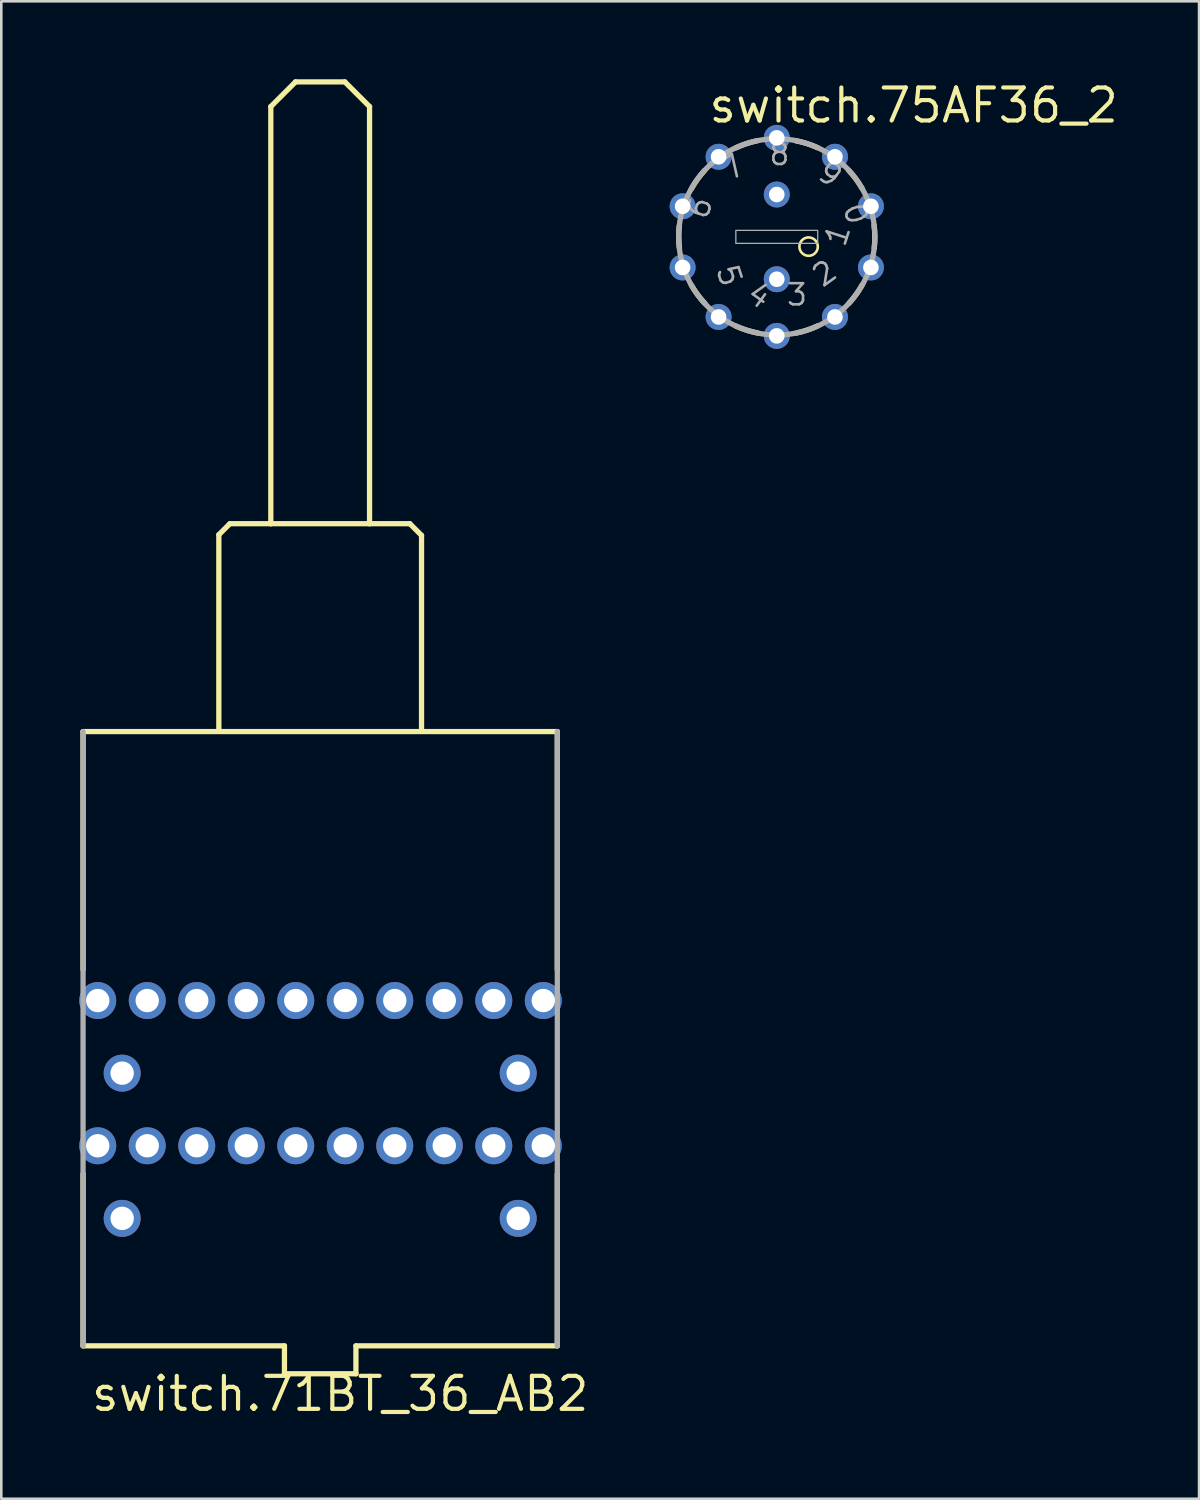
<source format=kicad_pcb>
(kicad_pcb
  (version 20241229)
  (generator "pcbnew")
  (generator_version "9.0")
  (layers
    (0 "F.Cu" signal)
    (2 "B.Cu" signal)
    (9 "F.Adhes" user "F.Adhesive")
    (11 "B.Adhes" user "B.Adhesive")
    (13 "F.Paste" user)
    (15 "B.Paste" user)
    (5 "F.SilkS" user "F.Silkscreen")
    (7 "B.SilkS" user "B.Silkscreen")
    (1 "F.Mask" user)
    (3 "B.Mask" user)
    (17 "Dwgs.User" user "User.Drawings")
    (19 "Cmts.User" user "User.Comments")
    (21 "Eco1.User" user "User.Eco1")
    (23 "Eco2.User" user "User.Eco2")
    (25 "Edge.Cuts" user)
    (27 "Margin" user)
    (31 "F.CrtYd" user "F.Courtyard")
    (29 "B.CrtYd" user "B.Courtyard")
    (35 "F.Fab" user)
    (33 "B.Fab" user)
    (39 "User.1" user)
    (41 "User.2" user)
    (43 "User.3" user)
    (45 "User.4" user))
  (footprint "switch.75AF36_2"
    (layer "F.Cu")
    (at 26.841 6.065)
    (property "Reference" "switch.75AF36_2" (at -2.7 -4.315 0) (layer "F.SilkS") (effects (font (size 1.27 1.27) (thickness 0.16)) (justify left bottom)))
    (attr through_hole)
    (fp_arc (start -3.744 0.4395) (mid -3.772389 0.00494) (end -3.7506 -0.43) (stroke (width 0.2032) (type default)) (layer "F.SilkS"))
    (fp_arc (start -3.2873 -1.8451) (mid -3.054809 -2.213393) (end -2.7815 -2.5525) (stroke (width 0.2032) (type default)) (layer "F.SilkS"))
    (fp_arc (start -2.7706 2.5562) (mid -3.048984 2.221299) (end -3.287 1.8566) (stroke (width 0.2032) (type default)) (layer "F.SilkS"))
    (fp_arc (start -1.575 -3.425) (mid -1.170434 -3.586302) (end -0.75 -3.7) (stroke (width 0.2032) (type default)) (layer "F.SilkS"))
    (fp_arc (start -0.7389 3.6965) (mid -1.160973 3.589168) (end -1.5679 3.434) (stroke (width 0.2032) (type default)) (layer "F.SilkS"))
    (fp_arc (start 0.7389 -3.6965) (mid 1.160973 -3.589168) (end 1.5679 -3.434) (stroke (width 0.2032) (type default)) (layer "F.SilkS"))
    (fp_arc (start 1.575 3.425) (mid 1.170434 3.586302) (end 0.75 3.7) (stroke (width 0.2032) (type default)) (layer "F.SilkS"))
    (fp_arc (start 2.7706 -2.5562) (mid 3.048984 -2.221299) (end 3.287 -1.8566) (stroke (width 0.2032) (type default)) (layer "F.SilkS"))
    (fp_arc (start 3.2873 1.8451) (mid 3.054809 2.213393) (end 2.7815 2.5525) (stroke (width 0.2032) (type default)) (layer "F.SilkS"))
    (fp_arc (start 3.744 -0.4395) (mid 3.772389 -0.00494) (end 3.7506 0.43) (stroke (width 0.2032) (type default)) (layer "F.SilkS"))
    (fp_circle (center 1.225 0.375) (end 1.579 0.375) (stroke (width 0.1) (type default)) (fill no) (layer "F.SilkS"))
    (fp_rect (start -1.575 0.25) (end 1.575 -0.25) (stroke (width 0.05) (type default)) (fill no) (layer "F.Fab"))
    (fp_circle (center 0 0) (end 3.775 0) (stroke (width 0.203) (type default)) (fill no) (layer "F.Fab"))
    (fp_text user "7" (at -1.775 -2.025 36) (layer "F.Fab") (effects (font (size 0.813 0.813) (thickness 0.1)) (justify left bottom)))
    (fp_text user "6" (at -2.65 -0.55 72) (layer "F.Fab") (effects (font (size 0.813 0.813) (thickness 0.1)) (justify left bottom)))
    (fp_text user "0" (at 2.45 -1.175 288) (layer "F.Fab") (effects (font (size 0.813 0.813) (thickness 0.1)) (justify left bottom)))
    (fp_text user "3" (at 0.325 2.7 180) (layer "F.Fab") (effects (font (size 0.813 0.813) (thickness 0.1)) (justify left bottom)))
    (fp_text user "4" (at -1.325 2.375 144) (layer "F.Fab") (effects (font (size 0.813 0.813) (thickness 0.1)) (justify left bottom)))
    (fp_text user "9" (at 1.4 -2.3 324) (layer "F.Fab") (effects (font (size 0.813 0.813) (thickness 0.1)) (justify left bottom)))
    (fp_text user "2" (at 1.75 2.05 216) (layer "F.Fab") (effects (font (size 0.813 0.813) (thickness 0.1)) (justify left bottom)))
    (fp_text user "1" (at 2.65 0.5 252) (layer "F.Fab") (effects (font (size 0.813 0.813) (thickness 0.1)) (justify left bottom)))
    (fp_text user "8" (at -0.35 -2.7 0) (layer "F.Fab") (effects (font (size 0.813 0.813) (thickness 0.1)) (justify left bottom)))
    (fp_text user "5" (at -2.425 1.2 108) (layer "F.Fab") (effects (font (size 0.813 0.813) (thickness 0.1)) (justify left bottom)))
    (pad "1" thru_hole circle (at 3.623 1.177 342) (size 1 1) (drill 0.6) (layers "*.Cu" "*.Mask"))
    (pad "2" thru_hole circle (at 2.239 3.082 306) (size 1 1) (drill 0.6) (layers "*.Cu" "*.Mask"))
    (pad "3" thru_hole circle (at 0 3.81 270) (size 1 1) (drill 0.6) (layers "*.Cu" "*.Mask"))
    (pad "4" thru_hole circle (at -2.239 3.082 234) (size 1 1) (drill 0.6) (layers "*.Cu" "*.Mask"))
    (pad "5" thru_hole circle (at -3.623 1.177 198) (size 1 1) (drill 0.6) (layers "*.Cu" "*.Mask"))
    (pad "6" thru_hole circle (at -3.623 -1.177 162) (size 1 1) (drill 0.6) (layers "*.Cu" "*.Mask"))
    (pad "7" thru_hole circle (at -2.239 -3.082 126) (size 1 1) (drill 0.6) (layers "*.Cu" "*.Mask"))
    (pad "8" thru_hole circle (at 0 -3.81 90) (size 1 1) (drill 0.6) (layers "*.Cu" "*.Mask"))
    (pad "9" thru_hole circle (at 2.239 -3.082 54) (size 1 1) (drill 0.6) (layers "*.Cu" "*.Mask"))
    (pad "10" thru_hole circle (at 3.623 -1.177 18) (size 1 1) (drill 0.6) (layers "*.Cu" "*.Mask"))
    (pad "C1" thru_hole circle (at 0 1.63) (size 1 1) (drill 0.6) (layers "*.Cu" "*.Mask"))
    (pad "C2" thru_hole circle (at 0 -1.63) (size 1 1) (drill 0.6) (layers "*.Cu" "*.Mask")))
  (footprint "switch.71BT_36_AB2"
    (layer "F.Cu")
    (at 9.271 35.452)
    (property "Reference" "switch.71BT_36_AB2" (at -8.89 15.875 0) (layer "F.SilkS") (effects (font (size 1.27 1.27) (thickness 0.16)) (justify left bottom)))
    (attr through_hole)
    (fp_line (start -9.125 -10.35) (end -9.125 -1.19) (stroke (width 0.203) (type default)) (layer "F.SilkS"))
    (fp_line (start -9.125 6.668) (end -9.125 13.288) (stroke (width 0.203) (type default)) (layer "F.SilkS"))
    (fp_line (start -9.125 13.288) (end -1.375 13.288) (stroke (width 0.203) (type default)) (layer "F.SilkS"))
    (fp_line (start -3.9 -17.925) (end -3.475 -18.35) (stroke (width 0.203) (type default)) (layer "F.SilkS"))
    (fp_line (start -3.9 -10.4) (end -3.9 -17.925) (stroke (width 0.203) (type default)) (layer "F.SilkS"))
    (fp_line (start -3.475 -18.35) (end -1.9 -18.35) (stroke (width 0.203) (type default)) (layer "F.SilkS"))
    (fp_line (start -1.9 -34.4) (end -0.95 -35.35) (stroke (width 0.203) (type default)) (layer "F.SilkS"))
    (fp_line (start -1.9 -18.35) (end -1.9 -34.4) (stroke (width 0.203) (type default)) (layer "F.SilkS"))
    (fp_line (start -1.9 -18.35) (end 1.9 -18.35) (stroke (width 0.203) (type default)) (layer "F.SilkS"))
    (fp_line (start -1.375 13.288) (end -1.375 14.363) (stroke (width 0.203) (type default)) (layer "F.SilkS"))
    (fp_line (start -1.375 14.363) (end 1.375 14.363) (stroke (width 0.203) (type default)) (layer "F.SilkS"))
    (fp_line (start -0.95 -35.35) (end 0.95 -35.35) (stroke (width 0.203) (type default)) (layer "F.SilkS"))
    (fp_line (start 0.95 -35.35) (end 1.9 -34.4) (stroke (width 0.203) (type default)) (layer "F.SilkS"))
    (fp_line (start 1.375 13.288) (end 9.125 13.288) (stroke (width 0.203) (type default)) (layer "F.SilkS"))
    (fp_line (start 1.375 14.363) (end 1.375 13.288) (stroke (width 0.203) (type default)) (layer "F.SilkS"))
    (fp_line (start 1.9 -34.4) (end 1.9 -18.35) (stroke (width 0.203) (type default)) (layer "F.SilkS"))
    (fp_line (start 1.9 -18.35) (end 3.45 -18.35) (stroke (width 0.203) (type default)) (layer "F.SilkS"))
    (fp_line (start 3.9 -17.9) (end 3.45 -18.35) (stroke (width 0.203) (type default)) (layer "F.SilkS"))
    (fp_line (start 3.9 -10.375) (end 3.9 -17.9) (stroke (width 0.203) (type default)) (layer "F.SilkS"))
    (fp_line (start 9.125 -10.35) (end -9.125 -10.35) (stroke (width 0.203) (type default)) (layer "F.SilkS"))
    (fp_line (start 9.125 -1.19) (end 9.125 -10.35) (stroke (width 0.203) (type default)) (layer "F.SilkS"))
    (fp_line (start 9.125 13.288) (end 9.125 6.668) (stroke (width 0.203) (type default)) (layer "F.SilkS"))
    (fp_line (start -9.125 -10.35) (end -9.125 13.288) (stroke (width 0.203) (type default)) (layer "F.Fab"))
    (fp_line (start 9.125 13.288) (end 9.125 -10.35) (stroke (width 0.203) (type default)) (layer "F.Fab"))
    (pad "A-C1" thru_hole circle (at 7.62 2.794) (size 1.422 1.422) (drill 0.9) (layers "*.Cu" "*.Mask"))
    (pad "A-C2" thru_hole circle (at -7.62 2.794 180) (size 1.422 1.422) (drill 0.9) (layers "*.Cu" "*.Mask"))
    (pad "A1" thru_hole circle (at 8.585 0 90) (size 1.422 1.422) (drill 0.9) (layers "*.Cu" "*.Mask"))
    (pad "A2" thru_hole circle (at 6.68 0 90) (size 1.422 1.422) (drill 0.9) (layers "*.Cu" "*.Mask"))
    (pad "A3" thru_hole circle (at 4.775 0 90) (size 1.422 1.422) (drill 0.9) (layers "*.Cu" "*.Mask"))
    (pad "A4" thru_hole circle (at 2.87 0 90) (size 1.422 1.422) (drill 0.9) (layers "*.Cu" "*.Mask"))
    (pad "A5" thru_hole circle (at 0.965 0 90) (size 1.422 1.422) (drill 0.9) (layers "*.Cu" "*.Mask"))
    (pad "A6" thru_hole circle (at -0.94 0 90) (size 1.422 1.422) (drill 0.9) (layers "*.Cu" "*.Mask"))
    (pad "A7" thru_hole circle (at -2.845 0 90) (size 1.422 1.422) (drill 0.9) (layers "*.Cu" "*.Mask"))
    (pad "A8" thru_hole circle (at -4.75 0 90) (size 1.422 1.422) (drill 0.9) (layers "*.Cu" "*.Mask"))
    (pad "A9" thru_hole circle (at -6.655 0 90) (size 1.422 1.422) (drill 0.9) (layers "*.Cu" "*.Mask"))
    (pad "A10" thru_hole circle (at -8.56 0 90) (size 1.422 1.422) (drill 0.9) (layers "*.Cu" "*.Mask"))
    (pad "B-C1" thru_hole circle (at 7.62 8.382) (size 1.422 1.422) (drill 0.9) (layers "*.Cu" "*.Mask"))
    (pad "B-C2" thru_hole circle (at -7.62 8.382 180) (size 1.422 1.422) (drill 0.9) (layers "*.Cu" "*.Mask"))
    (pad "B1" thru_hole circle (at 8.585 5.588 90) (size 1.422 1.422) (drill 0.9) (layers "*.Cu" "*.Mask"))
    (pad "B2" thru_hole circle (at 6.68 5.588 90) (size 1.422 1.422) (drill 0.9) (layers "*.Cu" "*.Mask"))
    (pad "B3" thru_hole circle (at 4.775 5.588 90) (size 1.422 1.422) (drill 0.9) (layers "*.Cu" "*.Mask"))
    (pad "B4" thru_hole circle (at 2.87 5.588 90) (size 1.422 1.422) (drill 0.9) (layers "*.Cu" "*.Mask"))
    (pad "B5" thru_hole circle (at 0.965 5.588 90) (size 1.422 1.422) (drill 0.9) (layers "*.Cu" "*.Mask"))
    (pad "B6" thru_hole circle (at -0.94 5.588 90) (size 1.422 1.422) (drill 0.9) (layers "*.Cu" "*.Mask"))
    (pad "B7" thru_hole circle (at -2.845 5.588 90) (size 1.422 1.422) (drill 0.9) (layers "*.Cu" "*.Mask"))
    (pad "B8" thru_hole circle (at -4.75 5.588 90) (size 1.422 1.422) (drill 0.9) (layers "*.Cu" "*.Mask"))
    (pad "B9" thru_hole circle (at -6.655 5.588 90) (size 1.422 1.422) (drill 0.9) (layers "*.Cu" "*.Mask"))
    (pad "B10" thru_hole circle (at -8.56 5.588 90) (size 1.422 1.422) (drill 0.9) (layers "*.Cu" "*.Mask")))
  (gr_rect
    (start -3 -3)
    (end 43.091 54.624)
    (stroke (width 0.1) (type default))
    (fill no)
    (layer "Edge.Cuts")))
</source>
